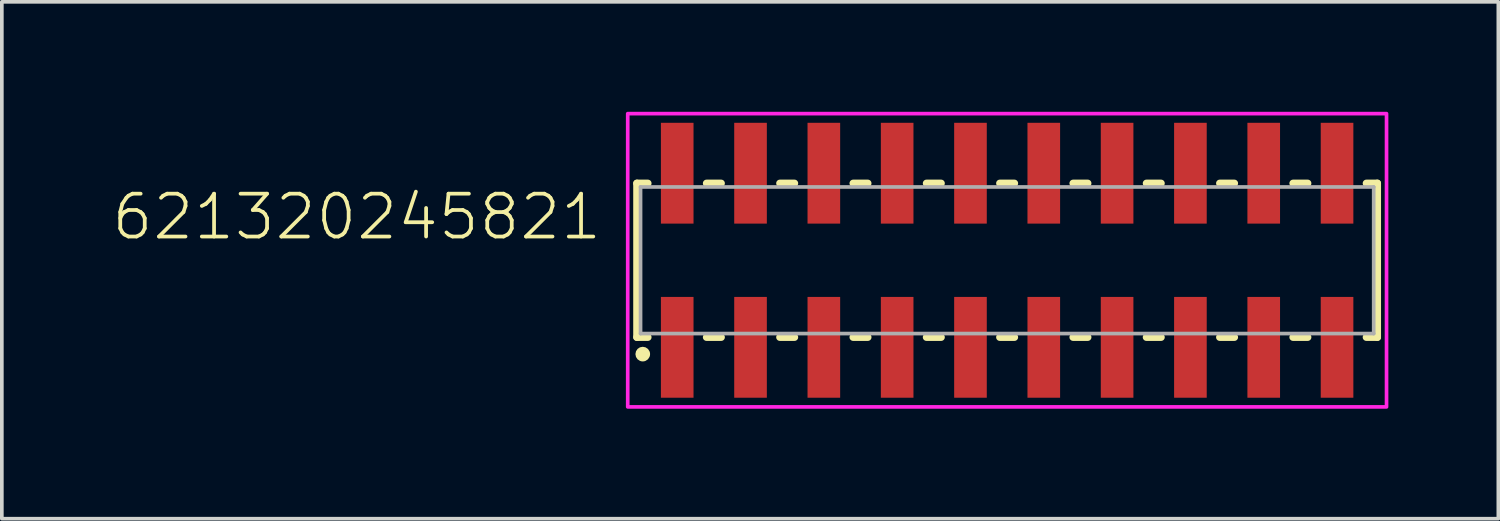
<source format=kicad_pcb>
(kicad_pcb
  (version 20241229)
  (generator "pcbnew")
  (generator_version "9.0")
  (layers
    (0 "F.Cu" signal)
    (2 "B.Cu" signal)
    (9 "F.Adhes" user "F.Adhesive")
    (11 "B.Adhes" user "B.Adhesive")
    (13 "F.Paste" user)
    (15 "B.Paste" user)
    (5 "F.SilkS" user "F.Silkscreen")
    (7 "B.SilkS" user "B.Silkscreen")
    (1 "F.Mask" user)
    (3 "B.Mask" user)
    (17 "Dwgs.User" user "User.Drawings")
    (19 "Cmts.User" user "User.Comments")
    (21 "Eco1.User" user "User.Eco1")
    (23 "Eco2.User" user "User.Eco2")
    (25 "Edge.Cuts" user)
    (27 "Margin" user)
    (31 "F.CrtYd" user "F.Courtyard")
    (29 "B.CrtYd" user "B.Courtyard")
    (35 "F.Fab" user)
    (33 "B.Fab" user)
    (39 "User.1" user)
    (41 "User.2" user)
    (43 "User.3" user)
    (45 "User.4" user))
  (footprint "621320245821"
    (layer "F.Cu")
    (at 24.424 4.05)
    (property "Reference" "621320245821" (at -11 -0.5 0) (unlocked yes) (layer "F.SilkS") (effects (font (size 1.168 1.168) (thickness 0.102)) (justify right bottom)))
    (fp_line (start -10.1 -2.1) (end -10.1 2.1) (stroke (width 0.2) (type solid)) (layer "F.SilkS"))
    (fp_line (start -10.1 2.1) (end -9.8 2.1) (stroke (width 0.2) (type solid)) (layer "F.SilkS"))
    (fp_line (start -9.8 -2.1) (end -10.1 -2.1) (stroke (width 0.2) (type solid)) (layer "F.SilkS"))
    (fp_line (start -8.2 -2.1) (end -7.8 -2.1) (stroke (width 0.2) (type solid)) (layer "F.SilkS"))
    (fp_line (start -7.8 2.1) (end -8.2 2.1) (stroke (width 0.2) (type solid)) (layer "F.SilkS"))
    (fp_line (start -6.2 -2.1) (end -5.8 -2.1) (stroke (width 0.2) (type solid)) (layer "F.SilkS"))
    (fp_line (start -5.8 2.1) (end -6.2 2.1) (stroke (width 0.2) (type solid)) (layer "F.SilkS"))
    (fp_line (start -4.2 -2.1) (end -3.8 -2.1) (stroke (width 0.2) (type solid)) (layer "F.SilkS"))
    (fp_line (start -3.8 2.1) (end -4.2 2.1) (stroke (width 0.2) (type solid)) (layer "F.SilkS"))
    (fp_line (start -2.2 -2.1) (end -1.8 -2.1) (stroke (width 0.2) (type solid)) (layer "F.SilkS"))
    (fp_line (start -1.8 2.1) (end -2.2 2.1) (stroke (width 0.2) (type solid)) (layer "F.SilkS"))
    (fp_line (start -0.2 -2.1) (end 0.2 -2.1) (stroke (width 0.2) (type solid)) (layer "F.SilkS"))
    (fp_line (start 0.2 2.1) (end -0.2 2.1) (stroke (width 0.2) (type solid)) (layer "F.SilkS"))
    (fp_line (start 1.8 -2.1) (end 2.2 -2.1) (stroke (width 0.2) (type solid)) (layer "F.SilkS"))
    (fp_line (start 2.2 2.1) (end 1.8 2.1) (stroke (width 0.2) (type solid)) (layer "F.SilkS"))
    (fp_line (start 3.8 -2.1) (end 4.2 -2.1) (stroke (width 0.2) (type solid)) (layer "F.SilkS"))
    (fp_line (start 4.2 2.1) (end 3.8 2.1) (stroke (width 0.2) (type solid)) (layer "F.SilkS"))
    (fp_line (start 5.8 -2.1) (end 6.2 -2.1) (stroke (width 0.2) (type solid)) (layer "F.SilkS"))
    (fp_line (start 6.2 2.1) (end 5.8 2.1) (stroke (width 0.2) (type solid)) (layer "F.SilkS"))
    (fp_line (start 7.8 -2.1) (end 8.2 -2.1) (stroke (width 0.2) (type solid)) (layer "F.SilkS"))
    (fp_line (start 8.2 2.1) (end 7.8 2.1) (stroke (width 0.2) (type solid)) (layer "F.SilkS"))
    (fp_line (start 9.8 -2.1) (end 10.1 -2.1) (stroke (width 0.2) (type solid)) (layer "F.SilkS"))
    (fp_line (start 10.1 -2.1) (end 10.1 2.1) (stroke (width 0.2) (type solid)) (layer "F.SilkS"))
    (fp_line (start 10.1 2.1) (end 9.8 2.1) (stroke (width 0.2) (type solid)) (layer "F.SilkS"))
    (fp_circle (center -9.94 2.56) (end -9.84 2.56) (stroke (width 0.2) (type solid)) (fill no) (layer "F.SilkS"))
    (fp_poly (pts (xy 10.35 4) (xy -10.35 4) (xy -10.35 -4) (xy 10.35 -4)) (stroke (width 0.1) (type default)) (fill no) (layer "F.CrtYd"))
    (fp_line (start -10 -2) (end 10 -2) (stroke (width 0.1) (type solid)) (layer "F.Fab"))
    (fp_line (start -10 2) (end -10 -2) (stroke (width 0.1) (type solid)) (layer "F.Fab"))
    (fp_line (start 10 -2) (end 10 2) (stroke (width 0.1) (type solid)) (layer "F.Fab"))
    (fp_line (start 10 2) (end -10 2) (stroke (width 0.1) (type solid)) (layer "F.Fab"))
    (pad "1" smd rect (at -9 2.375) (size 0.89 2.75) (layers "F.Cu" "F.Mask" "F.Paste"))
    (pad "2" smd rect (at -9 -2.375) (size 0.89 2.75) (layers "F.Cu" "F.Mask" "F.Paste"))
    (pad "3" smd rect (at -7 2.375) (size 0.89 2.75) (layers "F.Cu" "F.Mask" "F.Paste"))
    (pad "4" smd rect (at -7 -2.375) (size 0.89 2.75) (layers "F.Cu" "F.Mask" "F.Paste"))
    (pad "5" smd rect (at -5 2.375) (size 0.89 2.75) (layers "F.Cu" "F.Mask" "F.Paste"))
    (pad "6" smd rect (at -5 -2.375) (size 0.89 2.75) (layers "F.Cu" "F.Mask" "F.Paste"))
    (pad "7" smd rect (at -3 2.375) (size 0.89 2.75) (layers "F.Cu" "F.Mask" "F.Paste"))
    (pad "8" smd rect (at -3 -2.375) (size 0.89 2.75) (layers "F.Cu" "F.Mask" "F.Paste"))
    (pad "9" smd rect (at -1 2.375) (size 0.89 2.75) (layers "F.Cu" "F.Mask" "F.Paste"))
    (pad "10" smd rect (at -1 -2.375) (size 0.89 2.75) (layers "F.Cu" "F.Mask" "F.Paste"))
    (pad "11" smd rect (at 1 2.375) (size 0.89 2.75) (layers "F.Cu" "F.Mask" "F.Paste"))
    (pad "12" smd rect (at 1 -2.375) (size 0.89 2.75) (layers "F.Cu" "F.Mask" "F.Paste"))
    (pad "13" smd rect (at 3 2.375) (size 0.89 2.75) (layers "F.Cu" "F.Mask" "F.Paste"))
    (pad "14" smd rect (at 3 -2.375) (size 0.89 2.75) (layers "F.Cu" "F.Mask" "F.Paste"))
    (pad "15" smd rect (at 5 2.375) (size 0.89 2.75) (layers "F.Cu" "F.Mask" "F.Paste"))
    (pad "16" smd rect (at 5 -2.375) (size 0.89 2.75) (layers "F.Cu" "F.Mask" "F.Paste"))
    (pad "17" smd rect (at 7 2.375) (size 0.89 2.75) (layers "F.Cu" "F.Mask" "F.Paste"))
    (pad "18" smd rect (at 7 -2.375) (size 0.89 2.75) (layers "F.Cu" "F.Mask" "F.Paste"))
    (pad "19" smd rect (at 9 2.375) (size 0.89 2.75) (layers "F.Cu" "F.Mask" "F.Paste"))
    (pad "20" smd rect (at 9 -2.375) (size 0.89 2.75) (layers "F.Cu" "F.Mask" "F.Paste")))
  (gr_rect
    (start -3 -3)
    (end 37.824 11.1)
    (stroke (width 0.1) (type default))
    (fill no)
    (layer "Edge.Cuts")))
</source>
